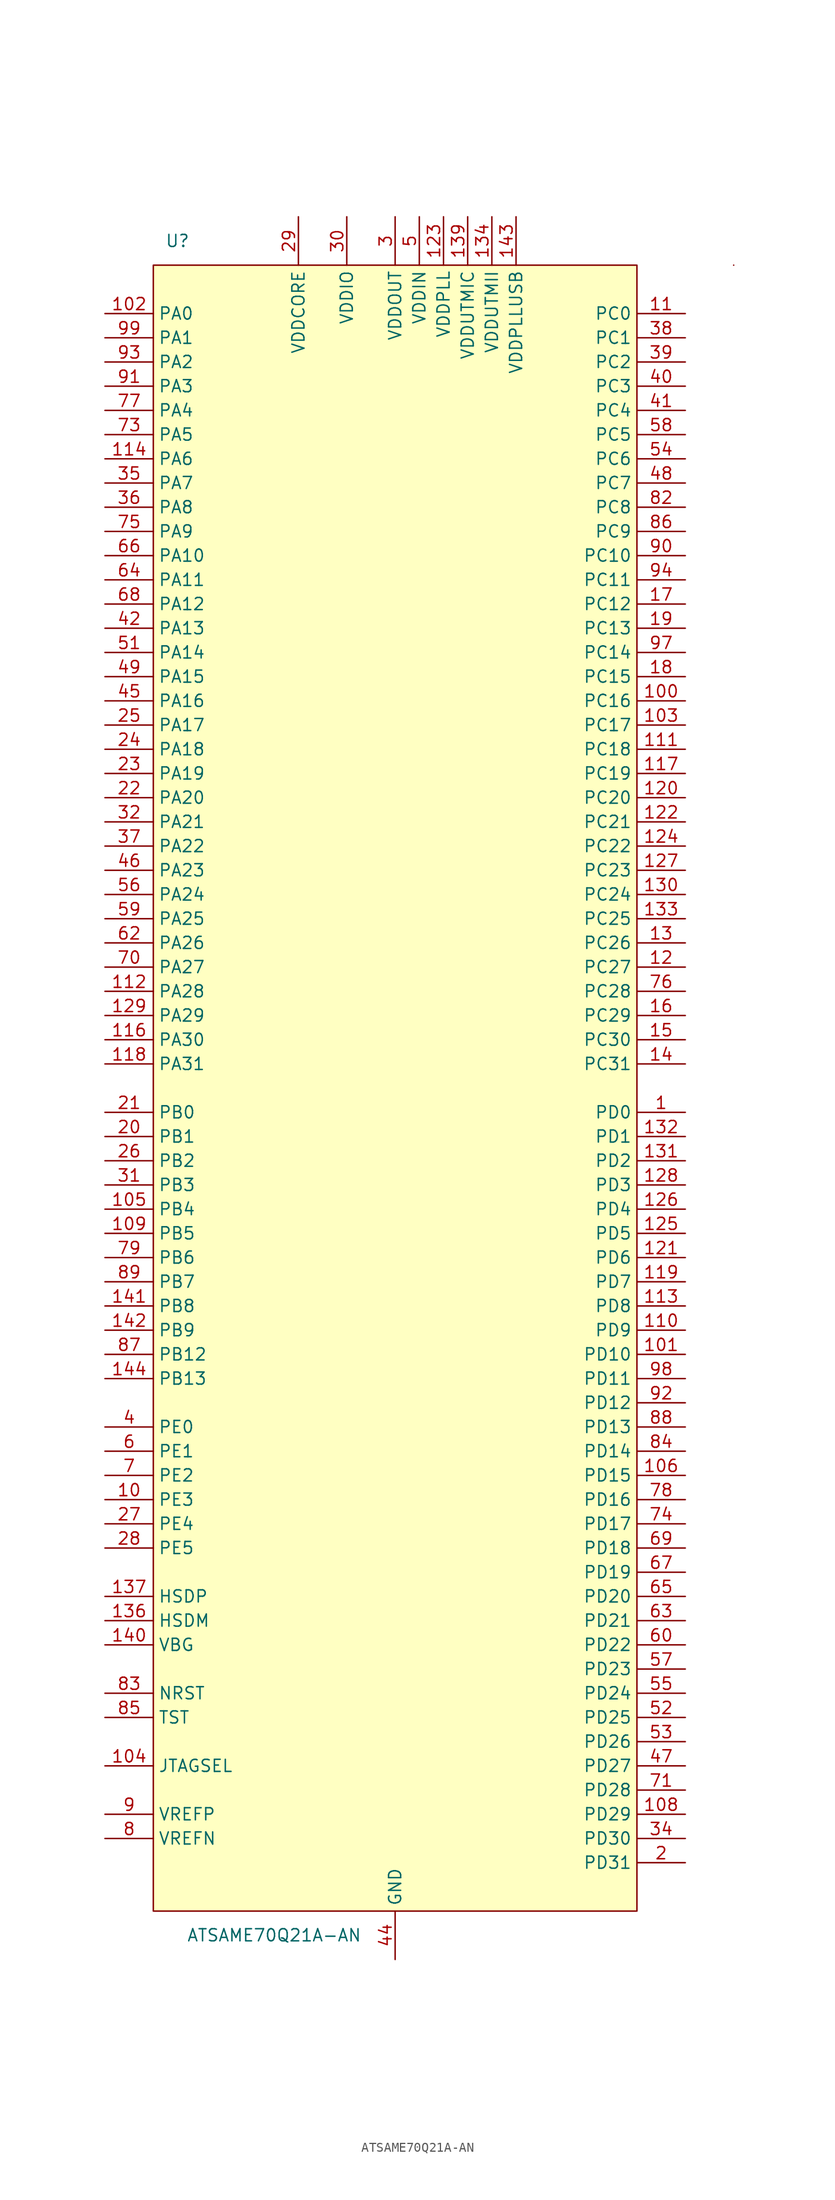
<source format=kicad_sym>
(kicad_symbol_lib
  (version 20211014)
  (generator kicad_symbol_editor)
  (symbol "ATSAME70Q21A-AN"
    (property "Reference" "U"
      (at -22.86 88.9 0)
      (effects (font (size 1.27 1.27))))
    (property "Value" "ATSAME70Q21A-AN"
      (at -12.7 -88.9 0)
      (effects (font (size 1.27 1.27))))
    (symbol "ATSAME70Q21A-AN_0_1"
      (rectangle (start 25.4 86.36) (end -25.4 -86.36) (stroke (width 0) (type default) (color 0 0 0 0)) (fill (type background)))
      (rectangle (start 35.56 86.36) (end 35.56 86.36) (stroke (width 0) (type default) (color 0 0 0 0)) (fill (type none))))
    (symbol "ATSAME70Q21A-AN_1_1"
      (pin bidirectional line (at 30.48 -2.54 180) (length 5.08) (name "PD0" (effects (font (size 1.27 1.27)))) (number "1" (effects (font (size 1.27 1.27)))))
      (pin bidirectional line (at -30.48 -43.18 0) (length 5.08) (name "PE3" (effects (font (size 1.27 1.27)))) (number "10" (effects (font (size 1.27 1.27)))))
      (pin bidirectional line (at 30.48 40.64 180) (length 5.08) (name "PC16" (effects (font (size 1.27 1.27)))) (number "100" (effects (font (size 1.27 1.27)))))
      (pin bidirectional line (at 30.48 -27.94 180) (length 5.08) (name "PD10" (effects (font (size 1.27 1.27)))) (number "101" (effects (font (size 1.27 1.27)))))
      (pin bidirectional line (at -30.48 81.28 0) (length 5.08) (name "PA0" (effects (font (size 1.27 1.27)))) (number "102" (effects (font (size 1.27 1.27)))))
      (pin bidirectional line (at 30.48 38.1 180) (length 5.08) (name "PC17" (effects (font (size 1.27 1.27)))) (number "103" (effects (font (size 1.27 1.27)))))
      (pin input line (at -30.48 -71.12 0) (length 5.08) (name "JTAGSEL" (effects (font (size 1.27 1.27)))) (number "104" (effects (font (size 1.27 1.27)))))
      (pin bidirectional line (at -30.48 -12.7 0) (length 5.08) (name "PB4" (effects (font (size 1.27 1.27)))) (number "105" (effects (font (size 1.27 1.27)))))
      (pin bidirectional line (at 30.48 -40.64 180) (length 5.08) (name "PD15" (effects (font (size 1.27 1.27)))) (number "106" (effects (font (size 1.27 1.27)))))
      (pin passive line (at -10.16 91.44 270) (length 5.08) hide (name "VDDCORE" (effects (font (size 1.27 1.27)))) (number "107" (effects (font (size 1.27 1.27)))))
      (pin bidirectional line (at 30.48 -76.2 180) (length 5.08) (name "PD29" (effects (font (size 1.27 1.27)))) (number "108" (effects (font (size 1.27 1.27)))))
      (pin bidirectional line (at -30.48 -15.24 0) (length 5.08) (name "PB5" (effects (font (size 1.27 1.27)))) (number "109" (effects (font (size 1.27 1.27)))))
      (pin bidirectional line (at 30.48 81.28 180) (length 5.08) (name "PC0" (effects (font (size 1.27 1.27)))) (number "11" (effects (font (size 1.27 1.27)))))
      (pin bidirectional line (at 30.48 -25.4 180) (length 5.08) (name "PD9" (effects (font (size 1.27 1.27)))) (number "110" (effects (font (size 1.27 1.27)))))
      (pin bidirectional line (at 30.48 35.56 180) (length 5.08) (name "PC18" (effects (font (size 1.27 1.27)))) (number "111" (effects (font (size 1.27 1.27)))))
      (pin bidirectional line (at -30.48 10.16 0) (length 5.08) (name "PA28" (effects (font (size 1.27 1.27)))) (number "112" (effects (font (size 1.27 1.27)))))
      (pin bidirectional line (at 30.48 -22.86 180) (length 5.08) (name "PD8" (effects (font (size 1.27 1.27)))) (number "113" (effects (font (size 1.27 1.27)))))
      (pin bidirectional line (at -30.48 66.04 0) (length 5.08) (name "PA6" (effects (font (size 1.27 1.27)))) (number "114" (effects (font (size 1.27 1.27)))))
      (pin passive line (at 0 -91.44 90) (length 5.08) hide (name "GND" (effects (font (size 1.27 1.27)))) (number "115" (effects (font (size 1.27 1.27)))))
      (pin bidirectional line (at -30.48 5.08 0) (length 5.08) (name "PA30" (effects (font (size 1.27 1.27)))) (number "116" (effects (font (size 1.27 1.27)))))
      (pin bidirectional line (at 30.48 33.02 180) (length 5.08) (name "PC19" (effects (font (size 1.27 1.27)))) (number "117" (effects (font (size 1.27 1.27)))))
      (pin bidirectional line (at -30.48 2.54 0) (length 5.08) (name "PA31" (effects (font (size 1.27 1.27)))) (number "118" (effects (font (size 1.27 1.27)))))
      (pin bidirectional line (at 30.48 -20.32 180) (length 5.08) (name "PD7" (effects (font (size 1.27 1.27)))) (number "119" (effects (font (size 1.27 1.27)))))
      (pin bidirectional line (at 30.48 12.7 180) (length 5.08) (name "PC27" (effects (font (size 1.27 1.27)))) (number "12" (effects (font (size 1.27 1.27)))))
      (pin bidirectional line (at 30.48 30.48 180) (length 5.08) (name "PC20" (effects (font (size 1.27 1.27)))) (number "120" (effects (font (size 1.27 1.27)))))
      (pin bidirectional line (at 30.48 -17.78 180) (length 5.08) (name "PD6" (effects (font (size 1.27 1.27)))) (number "121" (effects (font (size 1.27 1.27)))))
      (pin bidirectional line (at 30.48 27.94 180) (length 5.08) (name "PC21" (effects (font (size 1.27 1.27)))) (number "122" (effects (font (size 1.27 1.27)))))
      (pin power_in line (at 5.08 91.44 270) (length 5.08) (name "VDDPLL" (effects (font (size 1.27 1.27)))) (number "123" (effects (font (size 1.27 1.27)))))
      (pin bidirectional line (at 30.48 25.4 180) (length 5.08) (name "PC22" (effects (font (size 1.27 1.27)))) (number "124" (effects (font (size 1.27 1.27)))))
      (pin bidirectional line (at 30.48 -15.24 180) (length 5.08) (name "PD5" (effects (font (size 1.27 1.27)))) (number "125" (effects (font (size 1.27 1.27)))))
      (pin bidirectional line (at 30.48 -12.7 180) (length 5.08) (name "PD4" (effects (font (size 1.27 1.27)))) (number "126" (effects (font (size 1.27 1.27)))))
      (pin bidirectional line (at 30.48 22.86 180) (length 5.08) (name "PC23" (effects (font (size 1.27 1.27)))) (number "127" (effects (font (size 1.27 1.27)))))
      (pin bidirectional line (at 30.48 -10.16 180) (length 5.08) (name "PD3" (effects (font (size 1.27 1.27)))) (number "128" (effects (font (size 1.27 1.27)))))
      (pin bidirectional line (at -30.48 7.62 0) (length 5.08) (name "PA29" (effects (font (size 1.27 1.27)))) (number "129" (effects (font (size 1.27 1.27)))))
      (pin bidirectional line (at 30.48 15.24 180) (length 5.08) (name "PC26" (effects (font (size 1.27 1.27)))) (number "13" (effects (font (size 1.27 1.27)))))
      (pin bidirectional line (at 30.48 20.32 180) (length 5.08) (name "PC24" (effects (font (size 1.27 1.27)))) (number "130" (effects (font (size 1.27 1.27)))))
      (pin bidirectional line (at 30.48 -7.62 180) (length 5.08) (name "PD2" (effects (font (size 1.27 1.27)))) (number "131" (effects (font (size 1.27 1.27)))))
      (pin bidirectional line (at 30.48 -5.08 180) (length 5.08) (name "PD1" (effects (font (size 1.27 1.27)))) (number "132" (effects (font (size 1.27 1.27)))))
      (pin bidirectional line (at 30.48 17.78 180) (length 5.08) (name "PC25" (effects (font (size 1.27 1.27)))) (number "133" (effects (font (size 1.27 1.27)))))
      (pin power_in line (at 10.16 91.44 270) (length 5.08) (name "VDDUTMII" (effects (font (size 1.27 1.27)))) (number "134" (effects (font (size 1.27 1.27)))))
      (pin passive line (at 0 -91.44 90) (length 5.08) hide (name "GND" (effects (font (size 1.27 1.27)))) (number "135" (effects (font (size 1.27 1.27)))))
      (pin bidirectional line (at -30.48 -55.88 0) (length 5.08) (name "HSDM" (effects (font (size 1.27 1.27)))) (number "136" (effects (font (size 1.27 1.27)))))
      (pin bidirectional line (at -30.48 -53.34 0) (length 5.08) (name "HSDP" (effects (font (size 1.27 1.27)))) (number "137" (effects (font (size 1.27 1.27)))))
      (pin passive line (at 0 -91.44 90) (length 5.08) hide (name "GND" (effects (font (size 1.27 1.27)))) (number "138" (effects (font (size 1.27 1.27)))))
      (pin power_in line (at 7.62 91.44 270) (length 5.08) (name "VDDUTMIC" (effects (font (size 1.27 1.27)))) (number "139" (effects (font (size 1.27 1.27)))))
      (pin bidirectional line (at 30.48 2.54 180) (length 5.08) (name "PC31" (effects (font (size 1.27 1.27)))) (number "14" (effects (font (size 1.27 1.27)))))
      (pin input line (at -30.48 -58.42 0) (length 5.08) (name "VBG" (effects (font (size 1.27 1.27)))) (number "140" (effects (font (size 1.27 1.27)))))
      (pin bidirectional line (at -30.48 -22.86 0) (length 5.08) (name "PB8" (effects (font (size 1.27 1.27)))) (number "141" (effects (font (size 1.27 1.27)))))
      (pin bidirectional line (at -30.48 -25.4 0) (length 5.08) (name "PB9" (effects (font (size 1.27 1.27)))) (number "142" (effects (font (size 1.27 1.27)))))
      (pin power_in line (at 12.7 91.44 270) (length 5.08) (name "VDDPLLUSB" (effects (font (size 1.27 1.27)))) (number "143" (effects (font (size 1.27 1.27)))))
      (pin bidirectional line (at -30.48 -30.48 0) (length 5.08) (name "PB13" (effects (font (size 1.27 1.27)))) (number "144" (effects (font (size 1.27 1.27)))))
      (pin bidirectional line (at 30.48 5.08 180) (length 5.08) (name "PC30" (effects (font (size 1.27 1.27)))) (number "15" (effects (font (size 1.27 1.27)))))
      (pin bidirectional line (at 30.48 7.62 180) (length 5.08) (name "PC29" (effects (font (size 1.27 1.27)))) (number "16" (effects (font (size 1.27 1.27)))))
      (pin bidirectional line (at 30.48 50.8 180) (length 5.08) (name "PC12" (effects (font (size 1.27 1.27)))) (number "17" (effects (font (size 1.27 1.27)))))
      (pin bidirectional line (at 30.48 43.18 180) (length 5.08) (name "PC15" (effects (font (size 1.27 1.27)))) (number "18" (effects (font (size 1.27 1.27)))))
      (pin bidirectional line (at 30.48 48.26 180) (length 5.08) (name "PC13" (effects (font (size 1.27 1.27)))) (number "19" (effects (font (size 1.27 1.27)))))
      (pin bidirectional line (at 30.48 -81.28 180) (length 5.08) (name "PD31" (effects (font (size 1.27 1.27)))) (number "2" (effects (font (size 1.27 1.27)))))
      (pin bidirectional line (at -30.48 -5.08 0) (length 5.08) (name "PB1" (effects (font (size 1.27 1.27)))) (number "20" (effects (font (size 1.27 1.27)))))
      (pin bidirectional line (at -30.48 -2.54 0) (length 5.08) (name "PB0" (effects (font (size 1.27 1.27)))) (number "21" (effects (font (size 1.27 1.27)))))
      (pin bidirectional line (at -30.48 30.48 0) (length 5.08) (name "PA20" (effects (font (size 1.27 1.27)))) (number "22" (effects (font (size 1.27 1.27)))))
      (pin bidirectional line (at -30.48 33.02 0) (length 5.08) (name "PA19" (effects (font (size 1.27 1.27)))) (number "23" (effects (font (size 1.27 1.27)))))
      (pin bidirectional line (at -30.48 35.56 0) (length 5.08) (name "PA18" (effects (font (size 1.27 1.27)))) (number "24" (effects (font (size 1.27 1.27)))))
      (pin bidirectional line (at -30.48 38.1 0) (length 5.08) (name "PA17" (effects (font (size 1.27 1.27)))) (number "25" (effects (font (size 1.27 1.27)))))
      (pin bidirectional line (at -30.48 -7.62 0) (length 5.08) (name "PB2" (effects (font (size 1.27 1.27)))) (number "26" (effects (font (size 1.27 1.27)))))
      (pin bidirectional line (at -30.48 -45.72 0) (length 5.08) (name "PE4" (effects (font (size 1.27 1.27)))) (number "27" (effects (font (size 1.27 1.27)))))
      (pin bidirectional line (at -30.48 -48.26 0) (length 5.08) (name "PE5" (effects (font (size 1.27 1.27)))) (number "28" (effects (font (size 1.27 1.27)))))
      (pin power_in line (at -10.16 91.44 270) (length 5.08) (name "VDDCORE" (effects (font (size 1.27 1.27)))) (number "29" (effects (font (size 1.27 1.27)))))
      (pin power_in line (at 0 91.44 270) (length 5.08) (name "VDDOUT" (effects (font (size 1.27 1.27)))) (number "3" (effects (font (size 1.27 1.27)))))
      (pin power_in line (at -5.08 91.44 270) (length 5.08) (name "VDDIO" (effects (font (size 1.27 1.27)))) (number "30" (effects (font (size 1.27 1.27)))))
      (pin bidirectional line (at -30.48 -10.16 0) (length 5.08) (name "PB3" (effects (font (size 1.27 1.27)))) (number "31" (effects (font (size 1.27 1.27)))))
      (pin bidirectional line (at -30.48 27.94 0) (length 5.08) (name "PA21" (effects (font (size 1.27 1.27)))) (number "32" (effects (font (size 1.27 1.27)))))
      (pin passive line (at -10.16 91.44 270) (length 5.08) hide (name "VDDCORE" (effects (font (size 1.27 1.27)))) (number "33" (effects (font (size 1.27 1.27)))))
      (pin bidirectional line (at 30.48 -78.74 180) (length 5.08) (name "PD30" (effects (font (size 1.27 1.27)))) (number "34" (effects (font (size 1.27 1.27)))))
      (pin bidirectional line (at -30.48 63.5 0) (length 5.08) (name "PA7" (effects (font (size 1.27 1.27)))) (number "35" (effects (font (size 1.27 1.27)))))
      (pin bidirectional line (at -30.48 60.96 0) (length 5.08) (name "PA8" (effects (font (size 1.27 1.27)))) (number "36" (effects (font (size 1.27 1.27)))))
      (pin bidirectional line (at -30.48 25.4 0) (length 5.08) (name "PA22" (effects (font (size 1.27 1.27)))) (number "37" (effects (font (size 1.27 1.27)))))
      (pin bidirectional line (at 30.48 78.74 180) (length 5.08) (name "PC1" (effects (font (size 1.27 1.27)))) (number "38" (effects (font (size 1.27 1.27)))))
      (pin bidirectional line (at 30.48 76.2 180) (length 5.08) (name "PC2" (effects (font (size 1.27 1.27)))) (number "39" (effects (font (size 1.27 1.27)))))
      (pin bidirectional line (at -30.48 -35.56 0) (length 5.08) (name "PE0" (effects (font (size 1.27 1.27)))) (number "4" (effects (font (size 1.27 1.27)))))
      (pin bidirectional line (at 30.48 73.66 180) (length 5.08) (name "PC3" (effects (font (size 1.27 1.27)))) (number "40" (effects (font (size 1.27 1.27)))))
      (pin bidirectional line (at 30.48 71.12 180) (length 5.08) (name "PC4" (effects (font (size 1.27 1.27)))) (number "41" (effects (font (size 1.27 1.27)))))
      (pin bidirectional line (at -30.48 48.26 0) (length 5.08) (name "PA13" (effects (font (size 1.27 1.27)))) (number "42" (effects (font (size 1.27 1.27)))))
      (pin passive line (at -5.08 91.44 270) (length 5.08) hide (name "VDDIO" (effects (font (size 1.27 1.27)))) (number "43" (effects (font (size 1.27 1.27)))))
      (pin power_in line (at 0 -91.44 90) (length 5.08) (name "GND" (effects (font (size 1.27 1.27)))) (number "44" (effects (font (size 1.27 1.27)))))
      (pin bidirectional line (at -30.48 40.64 0) (length 5.08) (name "PA16" (effects (font (size 1.27 1.27)))) (number "45" (effects (font (size 1.27 1.27)))))
      (pin bidirectional line (at -30.48 22.86 0) (length 5.08) (name "PA23" (effects (font (size 1.27 1.27)))) (number "46" (effects (font (size 1.27 1.27)))))
      (pin bidirectional line (at 30.48 -71.12 180) (length 5.08) (name "PD27" (effects (font (size 1.27 1.27)))) (number "47" (effects (font (size 1.27 1.27)))))
      (pin bidirectional line (at 30.48 63.5 180) (length 5.08) (name "PC7" (effects (font (size 1.27 1.27)))) (number "48" (effects (font (size 1.27 1.27)))))
      (pin bidirectional line (at -30.48 43.18 0) (length 5.08) (name "PA15" (effects (font (size 1.27 1.27)))) (number "49" (effects (font (size 1.27 1.27)))))
      (pin power_in line (at 2.54 91.44 270) (length 5.08) (name "VDDIN" (effects (font (size 1.27 1.27)))) (number "5" (effects (font (size 1.27 1.27)))))
      (pin passive line (at -10.16 91.44 270) (length 5.08) hide (name "VDDCORE" (effects (font (size 1.27 1.27)))) (number "50" (effects (font (size 1.27 1.27)))))
      (pin bidirectional line (at -30.48 45.72 0) (length 5.08) (name "PA14" (effects (font (size 1.27 1.27)))) (number "51" (effects (font (size 1.27 1.27)))))
      (pin bidirectional line (at 30.48 -66.04 180) (length 5.08) (name "PD25" (effects (font (size 1.27 1.27)))) (number "52" (effects (font (size 1.27 1.27)))))
      (pin bidirectional line (at 30.48 -68.58 180) (length 5.08) (name "PD26" (effects (font (size 1.27 1.27)))) (number "53" (effects (font (size 1.27 1.27)))))
      (pin bidirectional line (at 30.48 66.04 180) (length 5.08) (name "PC6" (effects (font (size 1.27 1.27)))) (number "54" (effects (font (size 1.27 1.27)))))
      (pin bidirectional line (at 30.48 -63.5 180) (length 5.08) (name "PD24" (effects (font (size 1.27 1.27)))) (number "55" (effects (font (size 1.27 1.27)))))
      (pin bidirectional line (at -30.48 20.32 0) (length 5.08) (name "PA24" (effects (font (size 1.27 1.27)))) (number "56" (effects (font (size 1.27 1.27)))))
      (pin bidirectional line (at 30.48 -60.96 180) (length 5.08) (name "PD23" (effects (font (size 1.27 1.27)))) (number "57" (effects (font (size 1.27 1.27)))))
      (pin bidirectional line (at 30.48 68.58 180) (length 5.08) (name "PC5" (effects (font (size 1.27 1.27)))) (number "58" (effects (font (size 1.27 1.27)))))
      (pin bidirectional line (at -30.48 17.78 0) (length 5.08) (name "PA25" (effects (font (size 1.27 1.27)))) (number "59" (effects (font (size 1.27 1.27)))))
      (pin bidirectional line (at -30.48 -38.1 0) (length 5.08) (name "PE1" (effects (font (size 1.27 1.27)))) (number "6" (effects (font (size 1.27 1.27)))))
      (pin bidirectional line (at 30.48 -58.42 180) (length 5.08) (name "PD22" (effects (font (size 1.27 1.27)))) (number "60" (effects (font (size 1.27 1.27)))))
      (pin passive line (at 0 -91.44 90) (length 5.08) hide (name "GND" (effects (font (size 1.27 1.27)))) (number "61" (effects (font (size 1.27 1.27)))))
      (pin bidirectional line (at -30.48 15.24 0) (length 5.08) (name "PA26" (effects (font (size 1.27 1.27)))) (number "62" (effects (font (size 1.27 1.27)))))
      (pin bidirectional line (at 30.48 -55.88 180) (length 5.08) (name "PD21" (effects (font (size 1.27 1.27)))) (number "63" (effects (font (size 1.27 1.27)))))
      (pin bidirectional line (at -30.48 53.34 0) (length 5.08) (name "PA11" (effects (font (size 1.27 1.27)))) (number "64" (effects (font (size 1.27 1.27)))))
      (pin bidirectional line (at 30.48 -53.34 180) (length 5.08) (name "PD20" (effects (font (size 1.27 1.27)))) (number "65" (effects (font (size 1.27 1.27)))))
      (pin bidirectional line (at -30.48 55.88 0) (length 5.08) (name "PA10" (effects (font (size 1.27 1.27)))) (number "66" (effects (font (size 1.27 1.27)))))
      (pin bidirectional line (at 30.48 -50.8 180) (length 5.08) (name "PD19" (effects (font (size 1.27 1.27)))) (number "67" (effects (font (size 1.27 1.27)))))
      (pin bidirectional line (at -30.48 50.8 0) (length 5.08) (name "PA12" (effects (font (size 1.27 1.27)))) (number "68" (effects (font (size 1.27 1.27)))))
      (pin bidirectional line (at 30.48 -48.26 180) (length 5.08) (name "PD18" (effects (font (size 1.27 1.27)))) (number "69" (effects (font (size 1.27 1.27)))))
      (pin bidirectional line (at -30.48 -40.64 0) (length 5.08) (name "PE2" (effects (font (size 1.27 1.27)))) (number "7" (effects (font (size 1.27 1.27)))))
      (pin bidirectional line (at -30.48 12.7 0) (length 5.08) (name "PA27" (effects (font (size 1.27 1.27)))) (number "70" (effects (font (size 1.27 1.27)))))
      (pin bidirectional line (at 30.48 -73.66 180) (length 5.08) (name "PD28" (effects (font (size 1.27 1.27)))) (number "71" (effects (font (size 1.27 1.27)))))
      (pin passive line (at -5.08 91.44 270) (length 5.08) hide (name "VDDIO" (effects (font (size 1.27 1.27)))) (number "72" (effects (font (size 1.27 1.27)))))
      (pin bidirectional line (at -30.48 68.58 0) (length 5.08) (name "PA5" (effects (font (size 1.27 1.27)))) (number "73" (effects (font (size 1.27 1.27)))))
      (pin bidirectional line (at 30.48 -45.72 180) (length 5.08) (name "PD17" (effects (font (size 1.27 1.27)))) (number "74" (effects (font (size 1.27 1.27)))))
      (pin bidirectional line (at -30.48 58.42 0) (length 5.08) (name "PA9" (effects (font (size 1.27 1.27)))) (number "75" (effects (font (size 1.27 1.27)))))
      (pin bidirectional line (at 30.48 10.16 180) (length 5.08) (name "PC28" (effects (font (size 1.27 1.27)))) (number "76" (effects (font (size 1.27 1.27)))))
      (pin bidirectional line (at -30.48 71.12 0) (length 5.08) (name "PA4" (effects (font (size 1.27 1.27)))) (number "77" (effects (font (size 1.27 1.27)))))
      (pin bidirectional line (at 30.48 -43.18 180) (length 5.08) (name "PD16" (effects (font (size 1.27 1.27)))) (number "78" (effects (font (size 1.27 1.27)))))
      (pin bidirectional line (at -30.48 -17.78 0) (length 5.08) (name "PB6" (effects (font (size 1.27 1.27)))) (number "79" (effects (font (size 1.27 1.27)))))
      (pin bidirectional line (at -30.48 -78.74 0) (length 5.08) (name "VREFN" (effects (font (size 1.27 1.27)))) (number "8" (effects (font (size 1.27 1.27)))))
      (pin passive line (at -5.08 91.44 270) (length 5.08) hide (name "VDDIO" (effects (font (size 1.27 1.27)))) (number "80" (effects (font (size 1.27 1.27)))))
      (pin passive line (at -10.16 91.44 270) (length 5.08) hide (name "VDDCORE" (effects (font (size 1.27 1.27)))) (number "81" (effects (font (size 1.27 1.27)))))
      (pin bidirectional line (at 30.48 60.96 180) (length 5.08) (name "PC8" (effects (font (size 1.27 1.27)))) (number "82" (effects (font (size 1.27 1.27)))))
      (pin bidirectional line (at -30.48 -63.5 0) (length 5.08) (name "NRST" (effects (font (size 1.27 1.27)))) (number "83" (effects (font (size 1.27 1.27)))))
      (pin bidirectional line (at 30.48 -38.1 180) (length 5.08) (name "PD14" (effects (font (size 1.27 1.27)))) (number "84" (effects (font (size 1.27 1.27)))))
      (pin input line (at -30.48 -66.04 0) (length 5.08) (name "TST" (effects (font (size 1.27 1.27)))) (number "85" (effects (font (size 1.27 1.27)))))
      (pin bidirectional line (at 30.48 58.42 180) (length 5.08) (name "PC9" (effects (font (size 1.27 1.27)))) (number "86" (effects (font (size 1.27 1.27)))))
      (pin bidirectional line (at -30.48 -27.94 0) (length 5.08) (name "PB12" (effects (font (size 1.27 1.27)))) (number "87" (effects (font (size 1.27 1.27)))))
      (pin bidirectional line (at 30.48 -35.56 180) (length 5.08) (name "PD13" (effects (font (size 1.27 1.27)))) (number "88" (effects (font (size 1.27 1.27)))))
      (pin bidirectional line (at -30.48 -20.32 0) (length 5.08) (name "PB7" (effects (font (size 1.27 1.27)))) (number "89" (effects (font (size 1.27 1.27)))))
      (pin input line (at -30.48 -76.2 0) (length 5.08) (name "VREFP" (effects (font (size 1.27 1.27)))) (number "9" (effects (font (size 1.27 1.27)))))
      (pin bidirectional line (at 30.48 55.88 180) (length 5.08) (name "PC10" (effects (font (size 1.27 1.27)))) (number "90" (effects (font (size 1.27 1.27)))))
      (pin bidirectional line (at -30.48 73.66 0) (length 5.08) (name "PA3" (effects (font (size 1.27 1.27)))) (number "91" (effects (font (size 1.27 1.27)))))
      (pin bidirectional line (at 30.48 -33.02 180) (length 5.08) (name "PD12" (effects (font (size 1.27 1.27)))) (number "92" (effects (font (size 1.27 1.27)))))
      (pin bidirectional line (at -30.48 76.2 0) (length 5.08) (name "PA2" (effects (font (size 1.27 1.27)))) (number "93" (effects (font (size 1.27 1.27)))))
      (pin bidirectional line (at 30.48 53.34 180) (length 5.08) (name "PC11" (effects (font (size 1.27 1.27)))) (number "94" (effects (font (size 1.27 1.27)))))
      (pin passive line (at 0 -91.44 90) (length 5.08) hide (name "GND" (effects (font (size 1.27 1.27)))) (number "95" (effects (font (size 1.27 1.27)))))
      (pin passive line (at -5.08 91.44 270) (length 5.08) hide (name "VDDIO" (effects (font (size 1.27 1.27)))) (number "96" (effects (font (size 1.27 1.27)))))
      (pin bidirectional line (at 30.48 45.72 180) (length 5.08) (name "PC14" (effects (font (size 1.27 1.27)))) (number "97" (effects (font (size 1.27 1.27)))))
      (pin bidirectional line (at 30.48 -30.48 180) (length 5.08) (name "PD11" (effects (font (size 1.27 1.27)))) (number "98" (effects (font (size 1.27 1.27)))))
      (pin bidirectional line (at -30.48 78.74 0) (length 5.08) (name "PA1" (effects (font (size 1.27 1.27)))) (number "99" (effects (font (size 1.27 1.27))))))))
</source>
